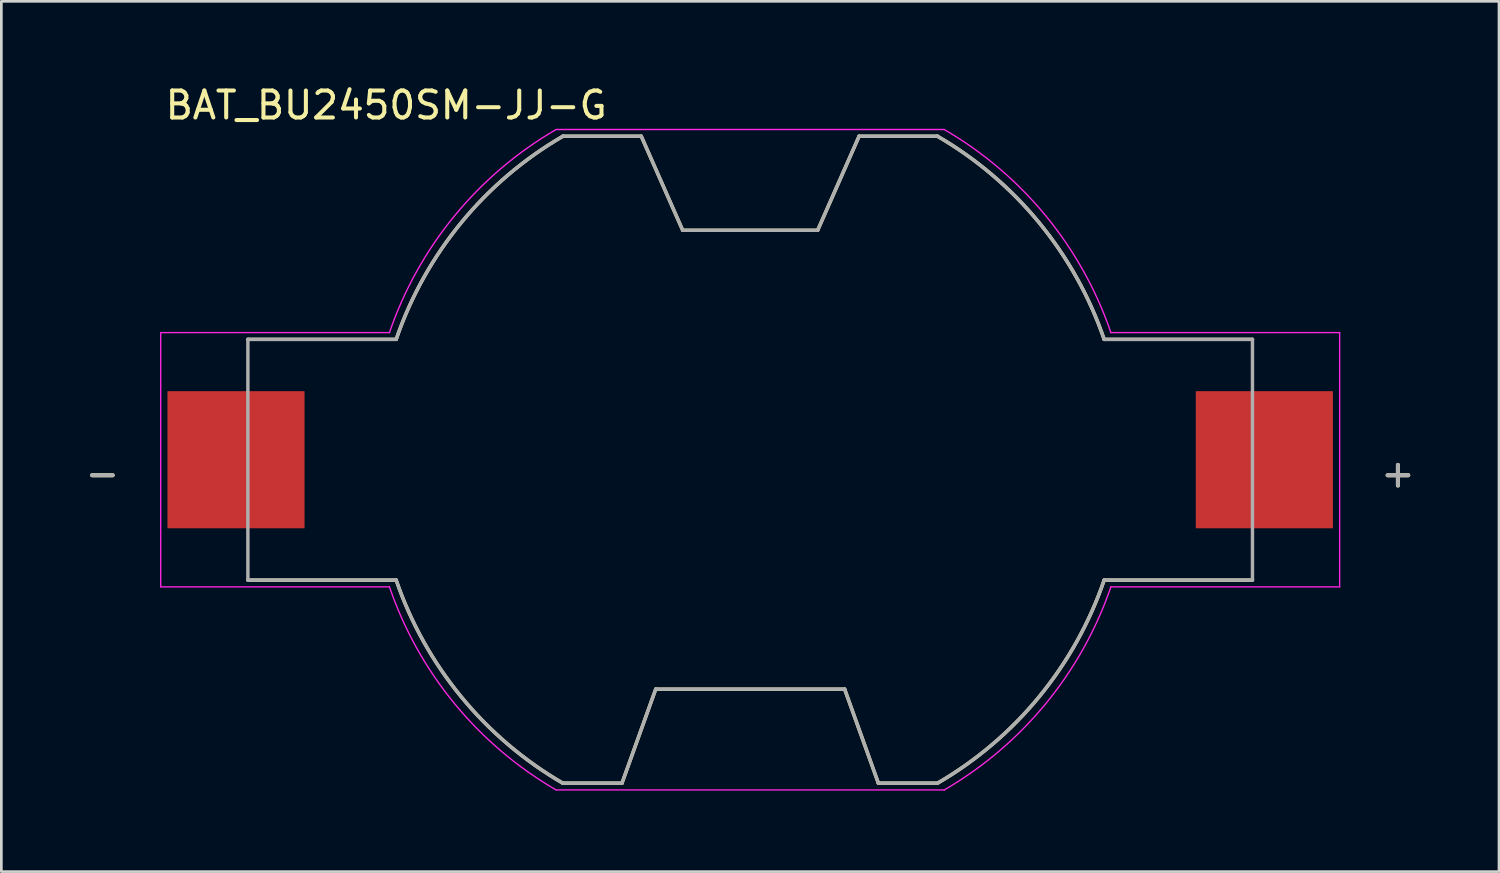
<source format=kicad_pcb>
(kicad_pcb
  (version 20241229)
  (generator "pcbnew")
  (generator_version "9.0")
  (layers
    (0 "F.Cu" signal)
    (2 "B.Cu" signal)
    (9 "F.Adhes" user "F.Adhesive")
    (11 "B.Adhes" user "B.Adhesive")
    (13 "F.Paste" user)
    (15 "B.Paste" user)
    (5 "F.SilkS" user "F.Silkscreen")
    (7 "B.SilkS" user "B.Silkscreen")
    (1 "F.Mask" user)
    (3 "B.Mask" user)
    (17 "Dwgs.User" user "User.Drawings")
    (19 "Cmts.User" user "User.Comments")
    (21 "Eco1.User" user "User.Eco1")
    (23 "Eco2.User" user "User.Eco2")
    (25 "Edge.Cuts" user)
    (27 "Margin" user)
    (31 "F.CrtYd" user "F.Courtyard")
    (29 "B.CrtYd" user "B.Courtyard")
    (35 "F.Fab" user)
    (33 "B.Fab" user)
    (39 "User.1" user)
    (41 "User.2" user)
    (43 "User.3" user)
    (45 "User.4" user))
  (footprint "BAT_BU2450SM-JJ-G"
    (layer "F.Cu")
    (at 24.744 13.983)
    (property "Reference" "BAT_BU2450SM-JJ-G" (at -13.485 -13.135 0) (layer "F.SilkS") (effects (font (size 1 1) (thickness 0.15))))
    (attr smd)
    (fp_line (start -18.61 4.46) (end -13.115 4.46) (stroke (width 0.127) (type solid)) (layer "F.SilkS"))
    (fp_line (start -13.115 -4.46) (end -18.61 -4.46) (stroke (width 0.127) (type solid)) (layer "F.SilkS"))
    (fp_line (start -6.94 11.985) (end -4.75 11.985) (stroke (width 0.127) (type solid)) (layer "F.SilkS"))
    (fp_line (start -4.75 11.985) (end -3.5 8.5) (stroke (width 0.127) (type solid)) (layer "F.SilkS"))
    (fp_line (start -4.035 -11.985) (end -6.94 -11.985) (stroke (width 0.127) (type solid)) (layer "F.SilkS"))
    (fp_line (start -3.5 8.5) (end 3.5 8.5) (stroke (width 0.127) (type solid)) (layer "F.SilkS"))
    (fp_line (start -2.5 -8.5) (end -4.035 -11.985) (stroke (width 0.127) (type solid)) (layer "F.SilkS"))
    (fp_line (start 2.5 -8.5) (end -2.5 -8.5) (stroke (width 0.127) (type solid)) (layer "F.SilkS"))
    (fp_line (start 3.5 8.5) (end 4.75 11.985) (stroke (width 0.127) (type solid)) (layer "F.SilkS"))
    (fp_line (start 4.035 -11.985) (end 2.5 -8.5) (stroke (width 0.127) (type solid)) (layer "F.SilkS"))
    (fp_line (start 4.75 11.985) (end 6.94 11.985) (stroke (width 0.127) (type solid)) (layer "F.SilkS"))
    (fp_line (start 6.94 -11.985) (end 4.035 -11.985) (stroke (width 0.127) (type solid)) (layer "F.SilkS"))
    (fp_line (start 13.115 4.46) (end 18.61 4.46) (stroke (width 0.127) (type solid)) (layer "F.SilkS"))
    (fp_line (start 18.61 -4.46) (end 13.115 -4.46) (stroke (width 0.127) (type solid)) (layer "F.SilkS"))
    (fp_arc (start -13.115 -4.46) (mid -10.707871 -8.780811) (end -6.94 -11.985) (stroke (width 0.127) (type solid)) (layer "F.SilkS"))
    (fp_arc (start -6.94 11.985) (mid -10.707871 8.780811) (end -13.115 4.46) (stroke (width 0.127) (type solid)) (layer "F.SilkS"))
    (fp_arc (start 6.94 -11.985) (mid 10.707871 -8.780811) (end 13.115 -4.46) (stroke (width 0.127) (type solid)) (layer "F.SilkS"))
    (fp_arc (start 13.115 4.46) (mid 10.707871 8.780811) (end 6.94 11.985) (stroke (width 0.127) (type solid)) (layer "F.SilkS"))
    (fp_line (start -21.84 -4.71) (end -21.84 4.71) (stroke (width 0.05) (type solid)) (layer "F.CrtYd"))
    (fp_line (start -21.84 4.71) (end -13.365 4.71) (stroke (width 0.05) (type solid)) (layer "F.CrtYd"))
    (fp_line (start -13.365 -4.71) (end -21.84 -4.71) (stroke (width 0.05) (type solid)) (layer "F.CrtYd"))
    (fp_line (start -7.19 12.235) (end 7.19 12.235) (stroke (width 0.05) (type solid)) (layer "F.CrtYd"))
    (fp_line (start 7.19 -12.235) (end -7.19 -12.235) (stroke (width 0.05) (type solid)) (layer "F.CrtYd"))
    (fp_line (start 13.365 4.71) (end 21.84 4.71) (stroke (width 0.05) (type solid)) (layer "F.CrtYd"))
    (fp_line (start 21.84 -4.71) (end 13.365 -4.71) (stroke (width 0.05) (type solid)) (layer "F.CrtYd"))
    (fp_line (start 21.84 4.71) (end 21.84 -4.71) (stroke (width 0.05) (type solid)) (layer "F.CrtYd"))
    (fp_arc (start -13.365 -4.71) (mid -10.957871 -9.030811) (end -7.19 -12.235) (stroke (width 0.05) (type solid)) (layer "F.CrtYd"))
    (fp_arc (start -7.19 12.235) (mid -10.957871 9.030811) (end -13.365 4.71) (stroke (width 0.05) (type solid)) (layer "F.CrtYd"))
    (fp_arc (start 7.19 -12.235) (mid 10.957871 -9.030811) (end 13.365 -4.71) (stroke (width 0.05) (type solid)) (layer "F.CrtYd"))
    (fp_arc (start 13.365 4.71) (mid 10.957871 9.030811) (end 7.19 12.235) (stroke (width 0.05) (type solid)) (layer "F.CrtYd"))
    (fp_line (start -18.61 -4.46) (end -18.61 4.46) (stroke (width 0.127) (type solid)) (layer "F.Fab"))
    (fp_line (start -18.61 4.46) (end -13.115 4.46) (stroke (width 0.127) (type solid)) (layer "F.Fab"))
    (fp_line (start -13.115 -4.46) (end -18.61 -4.46) (stroke (width 0.127) (type solid)) (layer "F.Fab"))
    (fp_line (start -6.94 11.985) (end -4.75 11.985) (stroke (width 0.127) (type solid)) (layer "F.Fab"))
    (fp_line (start -4.75 11.985) (end -3.5 8.5) (stroke (width 0.127) (type solid)) (layer "F.Fab"))
    (fp_line (start -4.035 -11.985) (end -6.94 -11.985) (stroke (width 0.127) (type solid)) (layer "F.Fab"))
    (fp_line (start -3.5 8.5) (end 3.5 8.5) (stroke (width 0.127) (type solid)) (layer "F.Fab"))
    (fp_line (start -2.5 -8.5) (end -4.035 -11.985) (stroke (width 0.127) (type solid)) (layer "F.Fab"))
    (fp_line (start 2.5 -8.5) (end -2.5 -8.5) (stroke (width 0.127) (type solid)) (layer "F.Fab"))
    (fp_line (start 3.5 8.5) (end 4.75 11.985) (stroke (width 0.127) (type solid)) (layer "F.Fab"))
    (fp_line (start 4.035 -11.985) (end 2.5 -8.5) (stroke (width 0.127) (type solid)) (layer "F.Fab"))
    (fp_line (start 4.75 11.985) (end 6.94 11.985) (stroke (width 0.127) (type solid)) (layer "F.Fab"))
    (fp_line (start 6.94 -11.985) (end 4.035 -11.985) (stroke (width 0.127) (type solid)) (layer "F.Fab"))
    (fp_line (start 13.115 4.46) (end 18.61 4.46) (stroke (width 0.127) (type solid)) (layer "F.Fab"))
    (fp_line (start 18.61 -4.46) (end 13.115 -4.46) (stroke (width 0.127) (type solid)) (layer "F.Fab"))
    (fp_line (start 18.61 4.46) (end 18.61 -4.46) (stroke (width 0.127) (type solid)) (layer "F.Fab"))
    (fp_arc (start -13.115 -4.46) (mid -10.707871 -8.780811) (end -6.94 -11.985) (stroke (width 0.127) (type solid)) (layer "F.Fab"))
    (fp_arc (start -6.94 11.985) (mid -10.707871 8.780811) (end -13.115 4.46) (stroke (width 0.127) (type solid)) (layer "F.Fab"))
    (fp_arc (start 6.94 -11.985) (mid 10.707871 -8.780811) (end 13.115 -4.46) (stroke (width 0.127) (type solid)) (layer "F.Fab"))
    (fp_arc (start 13.115 4.46) (mid 10.707871 8.780811) (end 6.94 11.985) (stroke (width 0.127) (type solid)) (layer "F.Fab"))
    (fp_text user "+" (at 24 0.5 0) (layer "F.SilkS") (effects (font (size 1 1) (thickness 0.15))))
    (fp_text user "-" (at -24 0.5 0) (layer "F.SilkS") (effects (font (size 1 1) (thickness 0.15))))
    (fp_text user "+" (at 24 0.5 0) (layer "F.Fab") (effects (font (size 1 1) (thickness 0.15))))
    (fp_text user "-" (at -24 0.5 0) (layer "F.Fab") (effects (font (size 1 1) (thickness 0.15))))
    (pad "N" smd rect (at -19.05 0) (size 5.08 5.08) (layers "F.Cu" "F.Mask" "F.Paste"))
    (pad "P" smd rect (at 19.05 0) (size 5.08 5.08) (layers "F.Cu" "F.Mask" "F.Paste")))
  (gr_rect
    (start -3 -3)
    (end 52.488 29.243)
    (stroke (width 0.1) (type default))
    (fill no)
    (layer "Edge.Cuts")))
</source>
